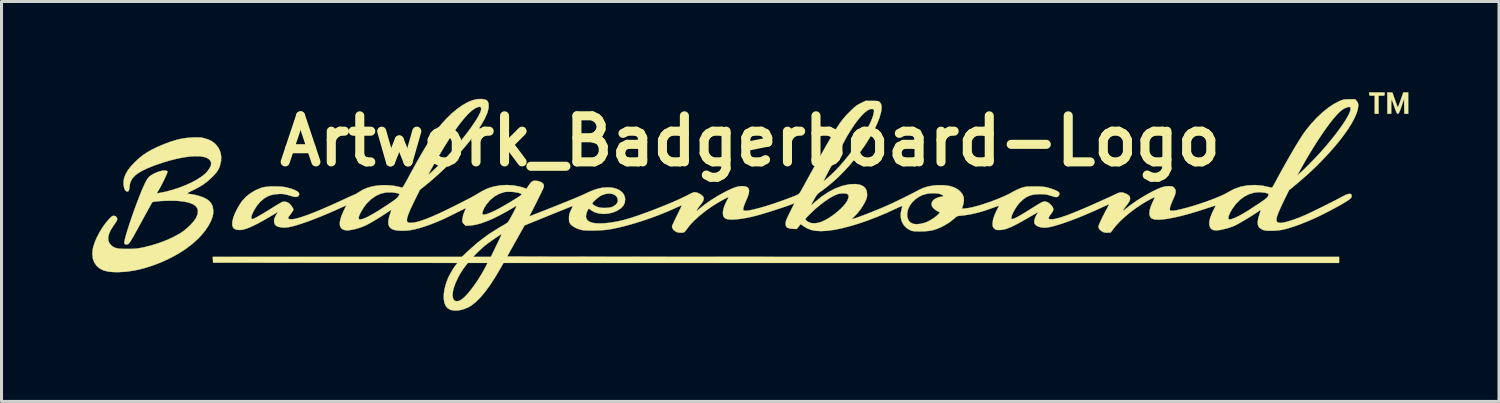
<source format=kicad_pcb>
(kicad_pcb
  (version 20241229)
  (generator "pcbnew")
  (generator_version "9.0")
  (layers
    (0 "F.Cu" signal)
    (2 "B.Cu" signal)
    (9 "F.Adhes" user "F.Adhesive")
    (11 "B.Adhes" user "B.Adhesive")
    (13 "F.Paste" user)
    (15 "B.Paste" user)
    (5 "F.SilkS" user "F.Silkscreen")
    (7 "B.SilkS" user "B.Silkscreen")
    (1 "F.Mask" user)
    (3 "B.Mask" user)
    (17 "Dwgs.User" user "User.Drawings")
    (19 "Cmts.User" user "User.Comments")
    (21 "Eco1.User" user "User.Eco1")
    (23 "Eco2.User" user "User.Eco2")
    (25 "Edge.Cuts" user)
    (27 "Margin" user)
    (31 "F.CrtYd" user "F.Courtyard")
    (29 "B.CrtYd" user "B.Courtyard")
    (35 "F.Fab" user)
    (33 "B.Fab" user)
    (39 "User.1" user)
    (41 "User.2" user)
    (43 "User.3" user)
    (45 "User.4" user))
  (footprint "Artwork_Badgerboard-Logo"
    (layer "F.Cu")
    (at 21.772 3.617)
    (property "Reference" "Artwork_Badgerboard-Logo" (at 0 -2 0) (layer "F.SilkS") (effects (font (size 1.524 1.524) (thickness 0.3))))
    (attr through_hole)
    (fp_poly (pts (xy 20.991 -3.556) (xy 20.99 -3.525) (xy 20.979 -3.509) (xy 20.949 -3.503) (xy 20.893 -3.502) (xy 20.792 -3.502) (xy 20.792 -2.903) (xy 20.665 -2.903) (xy 20.665 -3.502) (xy 20.574 -3.502) (xy 20.52 -3.503) (xy 20.494 -3.51) (xy 20.484 -3.529) (xy 20.483 -3.556) (xy 20.483 -3.61) (xy 20.991 -3.61) (xy 20.991 -3.556)) (stroke (width 0.01) (type solid)) (fill yes) (layer "F.SilkS"))
    (fp_poly (pts (xy 21.166 -3.607) (xy 21.25 -3.601) (xy 21.334 -3.362) (xy 21.365 -3.275) (xy 21.392 -3.201) (xy 21.413 -3.146) (xy 21.425 -3.117) (xy 21.427 -3.114) (xy 21.436 -3.127) (xy 21.454 -3.168) (xy 21.479 -3.233) (xy 21.509 -3.315) (xy 21.524 -3.358) (xy 21.612 -3.61) (xy 21.771 -3.61) (xy 21.771 -2.903) (xy 21.645 -2.903) (xy 21.64 -3.152) (xy 21.635 -3.402) (xy 21.583 -3.248) (xy 21.543 -3.13) (xy 21.512 -3.042) (xy 21.488 -2.98) (xy 21.469 -2.94) (xy 21.454 -2.916) (xy 21.44 -2.905) (xy 21.427 -2.903) (xy 21.409 -2.91) (xy 21.391 -2.935) (xy 21.369 -2.983) (xy 21.341 -3.06) (xy 21.328 -3.098) (xy 21.288 -3.213) (xy 21.259 -3.295) (xy 21.239 -3.344) (xy 21.225 -3.361) (xy 21.217 -3.346) (xy 21.213 -3.3) (xy 21.211 -3.224) (xy 21.21 -3.152) (xy 21.209 -2.903) (xy 21.082 -2.903) (xy 21.082 -3.612) (xy 21.166 -3.607)) (stroke (width 0.01) (type solid)) (fill yes) (layer "F.SilkS"))
    (fp_poly (pts (xy -18.196 -2.118) (xy -18.139 -2.111) (xy -18.081 -2.098) (xy -18.043 -2.088) (xy -17.918 -2.047) (xy -17.819 -1.999) (xy -17.733 -1.937) (xy -17.677 -1.884) (xy -17.588 -1.767) (xy -17.53 -1.635) (xy -17.503 -1.491) (xy -17.508 -1.338) (xy -17.545 -1.182) (xy -17.582 -1.089) (xy -17.617 -1.024) (xy -17.663 -0.959) (xy -17.726 -0.887) (xy -17.804 -0.807) (xy -17.944 -0.679) (xy -18.087 -0.569) (xy -18.244 -0.472) (xy -18.425 -0.378) (xy -18.438 -0.372) (xy -18.514 -0.336) (xy -18.575 -0.304) (xy -18.617 -0.281) (xy -18.632 -0.27) (xy -18.616 -0.262) (xy -18.574 -0.253) (xy -18.529 -0.247) (xy -18.402 -0.226) (xy -18.27 -0.194) (xy -18.147 -0.155) (xy -18.044 -0.112) (xy -18.028 -0.104) (xy -17.915 -0.03) (xy -17.835 0.058) (xy -17.786 0.162) (xy -17.765 0.286) (xy -17.766 0.383) (xy -17.79 0.508) (xy -17.842 0.646) (xy -17.92 0.794) (xy -18.022 0.947) (xy -18.144 1.1) (xy -18.262 1.227) (xy -18.463 1.408) (xy -18.692 1.58) (xy -18.945 1.74) (xy -19.216 1.886) (xy -19.5 2.016) (xy -19.791 2.126) (xy -20.083 2.216) (xy -20.372 2.283) (xy -20.651 2.324) (xy -20.916 2.338) (xy -20.928 2.338) (xy -21.023 2.336) (xy -21.117 2.331) (xy -21.197 2.325) (xy -21.234 2.32) (xy -21.389 2.283) (xy -21.519 2.219) (xy -21.623 2.132) (xy -21.7 2.023) (xy -21.748 1.895) (xy -21.767 1.749) (xy -21.755 1.588) (xy -21.737 1.505) (xy -21.687 1.349) (xy -21.614 1.18) (xy -21.523 1.008) (xy -21.419 0.841) (xy -21.308 0.689) (xy -21.208 0.576) (xy -21.154 0.522) (xy -21.116 0.491) (xy -21.085 0.476) (xy -21.053 0.474) (xy -21.044 0.475) (xy -20.993 0.489) (xy -20.961 0.526) (xy -20.958 0.533) (xy -20.946 0.563) (xy -20.943 0.591) (xy -20.953 0.624) (xy -20.977 0.669) (xy -21.018 0.73) (xy -21.069 0.803) (xy -21.16 0.947) (xy -21.218 1.078) (xy -21.243 1.196) (xy -21.235 1.301) (xy -21.194 1.392) (xy -21.12 1.469) (xy -21.1 1.483) (xy -21.049 1.514) (xy -20.994 1.537) (xy -20.929 1.553) (xy -20.847 1.562) (xy -20.743 1.567) (xy -20.61 1.568) (xy -20.601 1.568) (xy -20.475 1.567) (xy -20.374 1.563) (xy -20.284 1.554) (xy -20.195 1.541) (xy -20.093 1.521) (xy -20.075 1.518) (xy -19.823 1.455) (xy -19.569 1.376) (xy -19.322 1.283) (xy -19.092 1.179) (xy -18.887 1.068) (xy -18.855 1.049) (xy -18.74 0.97) (xy -18.626 0.876) (xy -18.519 0.774) (xy -18.426 0.671) (xy -18.355 0.575) (xy -18.328 0.527) (xy -18.283 0.413) (xy -18.272 0.313) (xy -18.292 0.227) (xy -18.346 0.153) (xy -18.433 0.092) (xy -18.553 0.044) (xy -18.707 0.008) (xy -18.895 -0.017) (xy -18.903 -0.017) (xy -18.997 -0.023) (xy -19.105 -0.026) (xy -19.221 -0.025) (xy -19.341 -0.023) (xy -19.458 -0.018) (xy -19.565 -0.011) (xy -19.657 -0.002) (xy -19.729 0.008) (xy -19.774 0.019) (xy -19.785 0.025) (xy -19.797 0.046) (xy -19.825 0.095) (xy -19.866 0.169) (xy -19.919 0.265) (xy -19.981 0.378) (xy -20.052 0.506) (xy -20.128 0.646) (xy -20.166 0.716) (xy -20.26 0.888) (xy -20.339 1.031) (xy -20.404 1.147) (xy -20.457 1.238) (xy -20.499 1.307) (xy -20.532 1.356) (xy -20.557 1.388) (xy -20.575 1.406) (xy -20.579 1.409) (xy -20.636 1.425) (xy -20.682 1.416) (xy -20.709 1.382) (xy -20.709 1.345) (xy -20.697 1.279) (xy -20.674 1.186) (xy -20.642 1.071) (xy -20.601 0.937) (xy -20.554 0.789) (xy -20.501 0.63) (xy -20.444 0.463) (xy -20.384 0.293) (xy -20.322 0.124) (xy -20.26 -0.042) (xy -20.199 -0.199) (xy -20.14 -0.345) (xy -20.084 -0.475) (xy -20.04 -0.572) (xy -19.988 -0.676) (xy -19.941 -0.754) (xy -19.892 -0.813) (xy -19.834 -0.861) (xy -19.76 -0.905) (xy -19.718 -0.927) (xy -19.616 -0.972) (xy -19.518 -1.004) (xy -19.429 -1.022) (xy -19.356 -1.025) (xy -19.303 -1.013) (xy -19.279 -0.988) (xy -19.284 -0.964) (xy -19.303 -0.913) (xy -19.334 -0.842) (xy -19.374 -0.756) (xy -19.42 -0.661) (xy -19.47 -0.563) (xy -19.521 -0.467) (xy -19.568 -0.384) (xy -19.635 -0.268) (xy -19.556 -0.281) (xy -19.337 -0.325) (xy -19.117 -0.384) (xy -18.901 -0.454) (xy -18.694 -0.534) (xy -18.5 -0.621) (xy -18.324 -0.715) (xy -18.17 -0.812) (xy -18.045 -0.91) (xy -17.969 -0.986) (xy -17.891 -1.091) (xy -17.846 -1.184) (xy -17.835 -1.268) (xy -17.858 -1.341) (xy -17.894 -1.388) (xy -17.971 -1.441) (xy -18.077 -1.476) (xy -18.21 -1.496) (xy -18.368 -1.499) (xy -18.548 -1.487) (xy -18.747 -1.46) (xy -18.963 -1.417) (xy -19.194 -1.359) (xy -19.437 -1.287) (xy -19.689 -1.2) (xy -19.724 -1.187) (xy -19.93 -1.106) (xy -20.101 -1.025) (xy -20.241 -0.945) (xy -20.35 -0.862) (xy -20.433 -0.776) (xy -20.489 -0.684) (xy -20.523 -0.585) (xy -20.533 -0.512) (xy -20.543 -0.423) (xy -20.558 -0.366) (xy -20.579 -0.336) (xy -20.608 -0.327) (xy -20.653 -0.343) (xy -20.689 -0.389) (xy -20.716 -0.457) (xy -20.732 -0.541) (xy -20.735 -0.634) (xy -20.725 -0.73) (xy -20.704 -0.81) (xy -20.655 -0.925) (xy -20.588 -1.038) (xy -20.499 -1.154) (xy -20.382 -1.281) (xy -20.365 -1.297) (xy -20.234 -1.42) (xy -20.099 -1.529) (xy -19.954 -1.627) (xy -19.792 -1.719) (xy -19.608 -1.808) (xy -19.394 -1.897) (xy -19.369 -1.907) (xy -19.166 -1.983) (xy -18.982 -2.039) (xy -18.81 -2.079) (xy -18.639 -2.104) (xy -18.46 -2.117) (xy -18.451 -2.118) (xy -18.342 -2.121) (xy -18.26 -2.121) (xy -18.196 -2.118)) (stroke (width 0.01) (type solid)) (fill yes) (layer "F.SilkS"))
    (fp_poly (pts (xy -8.799 -3.381) (xy -8.734 -3.357) (xy -8.697 -3.329) (xy -8.665 -3.272) (xy -8.652 -3.19) (xy -8.658 -3.089) (xy -8.685 -2.975) (xy -8.708 -2.906) (xy -8.782 -2.743) (xy -8.884 -2.561) (xy -9.01 -2.366) (xy -9.158 -2.16) (xy -9.326 -1.945) (xy -9.51 -1.726) (xy -9.709 -1.504) (xy -9.919 -1.283) (xy -10.138 -1.067) (xy -10.364 -0.858) (xy -10.593 -0.659) (xy -10.772 -0.512) (xy -10.927 -0.39) (xy -11.104 -0.033) (xy -11.188 0.141) (xy -11.255 0.286) (xy -11.304 0.404) (xy -11.337 0.499) (xy -11.355 0.573) (xy -11.359 0.629) (xy -11.348 0.668) (xy -11.336 0.686) (xy -11.297 0.702) (xy -11.231 0.707) (xy -11.145 0.699) (xy -11.045 0.681) (xy -10.972 0.662) (xy -10.836 0.619) (xy -10.683 0.562) (xy -10.512 0.492) (xy -10.319 0.407) (xy -10.102 0.305) (xy -9.858 0.185) (xy -9.785 0.149) (xy -9.622 0.067) (xy -9.487 -0.002) (xy -9.374 -0.06) (xy -9.278 -0.109) (xy -9.196 -0.154) (xy -9.121 -0.195) (xy -9.048 -0.237) (xy -8.974 -0.281) (xy -8.892 -0.331) (xy -8.89 -0.332) (xy -8.705 -0.425) (xy -8.5 -0.491) (xy -8.282 -0.532) (xy -8.057 -0.546) (xy -7.832 -0.532) (xy -7.612 -0.49) (xy -7.507 -0.458) (xy -7.402 -0.423) (xy -7.318 -0.546) (xy -7.264 -0.619) (xy -7.215 -0.663) (xy -7.163 -0.685) (xy -7.098 -0.687) (xy -7.042 -0.681) (xy -6.958 -0.659) (xy -6.889 -0.624) (xy -6.842 -0.58) (xy -6.829 -0.552) (xy -6.828 -0.504) (xy -6.84 -0.45) (xy -6.841 -0.449) (xy -6.857 -0.411) (xy -6.888 -0.347) (xy -6.929 -0.262) (xy -6.977 -0.164) (xy -7.03 -0.057) (xy -7.085 0.053) (xy -7.138 0.159) (xy -7.187 0.255) (xy -7.228 0.335) (xy -7.26 0.394) (xy -7.272 0.416) (xy -7.297 0.465) (xy -7.3 0.486) (xy -7.293 0.486) (xy -7.268 0.476) (xy -7.215 0.456) (xy -7.14 0.427) (xy -7.049 0.391) (xy -6.946 0.351) (xy -6.94 0.349) (xy -6.681 0.247) (xy -6.438 0.151) (xy -6.228 0.067) (xy -5.225 0.067) (xy -5.211 0.089) (xy -5.176 0.118) (xy -5.16 0.128) (xy -5.073 0.173) (xy -4.983 0.2) (xy -4.878 0.212) (xy -4.781 0.212) (xy -4.692 0.207) (xy -4.627 0.197) (xy -4.572 0.18) (xy -4.521 0.157) (xy -4.442 0.102) (xy -4.395 0.039) (xy -4.377 -0.028) (xy -4.385 -0.095) (xy -4.416 -0.156) (xy -4.469 -0.208) (xy -4.541 -0.246) (xy -4.629 -0.265) (xy -4.731 -0.261) (xy -4.751 -0.257) (xy -4.827 -0.237) (xy -4.905 -0.209) (xy -4.933 -0.196) (xy -4.98 -0.168) (xy -5.037 -0.125) (xy -5.097 -0.075) (xy -5.153 -0.024) (xy -5.196 0.022) (xy -5.222 0.057) (xy -5.225 0.067) (xy -6.228 0.067) (xy -6.215 0.062) (xy -6.013 -0.02) (xy -5.836 -0.093) (xy -5.685 -0.156) (xy -5.564 -0.209) (xy -5.479 -0.248) (xy -5.324 -0.32) (xy -5.191 -0.374) (xy -5.073 -0.414) (xy -4.96 -0.442) (xy -4.89 -0.455) (xy -4.729 -0.469) (xy -4.58 -0.461) (xy -4.448 -0.431) (xy -4.335 -0.382) (xy -4.244 -0.314) (xy -4.179 -0.23) (xy -4.143 -0.131) (xy -4.137 -0.064) (xy -4.151 0.044) (xy -4.197 0.139) (xy -4.275 0.222) (xy -4.386 0.296) (xy -4.413 0.311) (xy -4.559 0.369) (xy -4.711 0.402) (xy -4.864 0.411) (xy -5.01 0.396) (xy -5.144 0.357) (xy -5.257 0.295) (xy -5.269 0.286) (xy -5.311 0.253) (xy -5.336 0.242) (xy -5.352 0.249) (xy -5.365 0.265) (xy -5.384 0.302) (xy -5.406 0.358) (xy -5.418 0.396) (xy -5.435 0.491) (xy -5.421 0.566) (xy -5.376 0.628) (xy -5.315 0.671) (xy -5.232 0.702) (xy -5.119 0.72) (xy -4.98 0.726) (xy -4.82 0.72) (xy -4.642 0.701) (xy -4.452 0.671) (xy -4.252 0.629) (xy -4.232 0.624) (xy -4.084 0.584) (xy -3.91 0.531) (xy -3.714 0.466) (xy -3.504 0.391) (xy -3.283 0.31) (xy -3.059 0.223) (xy -2.837 0.134) (xy -2.622 0.045) (xy -2.421 -0.042) (xy -2.239 -0.126) (xy -2.082 -0.203) (xy -2 -0.246) (xy -1.937 -0.277) (xy -1.881 -0.3) (xy -1.844 -0.308) (xy -1.844 -0.308) (xy -1.769 -0.297) (xy -1.69 -0.265) (xy -1.617 -0.221) (xy -1.563 -0.17) (xy -1.541 -0.133) (xy -1.536 -0.079) (xy -1.558 -0.014) (xy -1.608 0.066) (xy -1.65 0.118) (xy -1.696 0.177) (xy -1.735 0.231) (xy -1.762 0.276) (xy -1.772 0.303) (xy -1.769 0.308) (xy -1.751 0.298) (xy -1.713 0.268) (xy -1.663 0.227) (xy -1.646 0.213) (xy -1.469 0.074) (xy -1.266 -0.065) (xy -1.046 -0.2) (xy -0.817 -0.325) (xy -0.703 -0.381) (xy -0.583 -0.435) (xy -0.485 -0.472) (xy -0.399 -0.495) (xy -0.315 -0.506) (xy -0.258 -0.508) (xy -0.161 -0.499) (xy -0.092 -0.471) (xy -0.05 -0.424) (xy -0.035 -0.354) (xy -0.047 -0.262) (xy -0.085 -0.147) (xy -0.116 -0.074) (xy -0.171 0.052) (xy -0.209 0.155) (xy -0.229 0.231) (xy -0.23 0.279) (xy -0.229 0.283) (xy -0.207 0.301) (xy -0.16 0.308) (xy -0.087 0.302) (xy 0.016 0.285) (xy 0.148 0.255) (xy 0.312 0.213) (xy 0.435 0.179) (xy 0.556 0.143) (xy 0.702 0.096) (xy 0.862 0.042) (xy 1.028 -0.016) (xy 1.191 -0.075) (xy 1.342 -0.132) (xy 1.471 -0.182) (xy 1.496 -0.193) (xy 1.559 -0.22) (xy 1.601 -0.244) (xy 1.632 -0.275) (xy 1.663 -0.32) (xy 1.698 -0.381) (xy 1.861 -0.677) (xy 2.431 -0.677) (xy 2.432 -0.673) (xy 2.436 -0.674) (xy 2.448 -0.682) (xy 2.471 -0.701) (xy 2.509 -0.735) (xy 2.566 -0.785) (xy 2.645 -0.856) (xy 2.673 -0.88) (xy 2.811 -1.013) (xy 2.96 -1.172) (xy 3.116 -1.352) (xy 3.275 -1.546) (xy 3.431 -1.749) (xy 3.58 -1.955) (xy 3.717 -2.157) (xy 3.837 -2.349) (xy 3.925 -2.504) (xy 3.978 -2.61) (xy 4.024 -2.718) (xy 4.061 -2.821) (xy 4.086 -2.911) (xy 4.097 -2.98) (xy 4.097 -3) (xy 4.088 -3.04) (xy 4.064 -3.058) (xy 4.031 -3.063) (xy 3.959 -3.053) (xy 3.875 -3.01) (xy 3.781 -2.936) (xy 3.678 -2.834) (xy 3.568 -2.704) (xy 3.451 -2.547) (xy 3.331 -2.366) (xy 3.207 -2.163) (xy 3.189 -2.132) (xy 3.156 -2.072) (xy 3.111 -1.989) (xy 3.057 -1.889) (xy 2.995 -1.774) (xy 2.929 -1.648) (xy 2.859 -1.515) (xy 2.788 -1.38) (xy 2.719 -1.247) (xy 2.652 -1.118) (xy 2.591 -0.999) (xy 2.536 -0.893) (xy 2.491 -0.803) (xy 2.457 -0.735) (xy 2.437 -0.692) (xy 2.431 -0.677) (xy 1.861 -0.677) (xy 1.87 -0.694) (xy 2.026 -0.976) (xy 2.167 -1.23) (xy 2.294 -1.458) (xy 2.409 -1.661) (xy 2.511 -1.842) (xy 2.603 -2.002) (xy 2.685 -2.143) (xy 2.759 -2.267) (xy 2.826 -2.375) (xy 2.887 -2.47) (xy 2.943 -2.554) (xy 2.995 -2.627) (xy 3.044 -2.693) (xy 3.092 -2.752) (xy 3.139 -2.808) (xy 3.187 -2.861) (xy 3.237 -2.913) (xy 3.283 -2.959) (xy 3.367 -3.043) (xy 3.434 -3.105) (xy 3.49 -3.152) (xy 3.544 -3.19) (xy 3.602 -3.223) (xy 3.654 -3.25) (xy 3.816 -3.329) (xy 4.029 -3.329) (xy 4.121 -3.329) (xy 4.184 -3.326) (xy 4.226 -3.321) (xy 4.255 -3.311) (xy 4.277 -3.296) (xy 4.289 -3.286) (xy 4.329 -3.227) (xy 4.348 -3.145) (xy 4.344 -3.039) (xy 4.327 -2.944) (xy 4.275 -2.765) (xy 4.197 -2.569) (xy 4.096 -2.358) (xy 3.972 -2.138) (xy 3.83 -1.911) (xy 3.672 -1.683) (xy 3.501 -1.456) (xy 3.319 -1.235) (xy 3.128 -1.023) (xy 2.932 -0.825) (xy 2.867 -0.764) (xy 2.774 -0.681) (xy 2.672 -0.593) (xy 2.566 -0.506) (xy 2.464 -0.425) (xy 2.373 -0.356) (xy 2.299 -0.304) (xy 2.281 -0.293) (xy 2.23 -0.25) (xy 2.179 -0.18) (xy 2.139 -0.112) (xy 2.099 -0.04) (xy 2.061 0.029) (xy 2.031 0.081) (xy 2.025 0.09) (xy 2.013 0.113) (xy 2.017 0.119) (xy 2.038 0.105) (xy 2.081 0.071) (xy 2.147 0.013) (xy 2.15 0.011) (xy 2.374 -0.17) (xy 2.599 -0.318) (xy 2.823 -0.434) (xy 3.045 -0.516) (xy 3.262 -0.565) (xy 3.347 -0.574) (xy 3.504 -0.576) (xy 3.633 -0.554) (xy 3.735 -0.51) (xy 3.808 -0.444) (xy 3.853 -0.355) (xy 3.869 -0.243) (xy 3.869 -0.229) (xy 3.865 -0.168) (xy 3.853 -0.11) (xy 3.828 -0.045) (xy 3.793 0.029) (xy 3.728 0.144) (xy 3.648 0.262) (xy 3.56 0.375) (xy 3.472 0.471) (xy 3.424 0.516) (xy 3.386 0.55) (xy 3.367 0.574) (xy 3.368 0.58) (xy 3.403 0.574) (xy 3.467 0.555) (xy 3.556 0.525) (xy 3.664 0.486) (xy 3.789 0.439) (xy 3.924 0.387) (xy 4.067 0.33) (xy 4.212 0.271) (xy 4.355 0.212) (xy 4.491 0.153) (xy 4.518 0.141) (xy 4.621 0.095) (xy 4.746 0.037) (xy 4.883 -0.029) (xy 5.028 -0.099) (xy 5.171 -0.17) (xy 5.307 -0.238) (xy 5.427 -0.3) (xy 5.525 -0.352) (xy 5.561 -0.371) (xy 5.719 -0.446) (xy 5.884 -0.498) (xy 6.065 -0.529) (xy 6.206 -0.54) (xy 6.414 -0.538) (xy 6.593 -0.515) (xy 6.746 -0.468) (xy 6.873 -0.399) (xy 6.963 -0.32) (xy 7.03 -0.229) (xy 7.066 -0.133) (xy 7.072 -0.026) (xy 7.049 0.098) (xy 7.041 0.128) (xy 7.005 0.241) (xy 7.134 0.229) (xy 7.254 0.211) (xy 7.399 0.179) (xy 7.563 0.134) (xy 7.74 0.079) (xy 7.924 0.017) (xy 8.108 -0.051) (xy 8.285 -0.122) (xy 8.449 -0.195) (xy 8.595 -0.266) (xy 8.701 -0.325) (xy 8.784 -0.369) (xy 8.881 -0.414) (xy 8.971 -0.449) (xy 8.971 -0.449) (xy 9.029 -0.467) (xy 9.079 -0.48) (xy 9.13 -0.489) (xy 9.19 -0.494) (xy 9.267 -0.496) (xy 9.37 -0.497) (xy 9.416 -0.497) (xy 9.538 -0.496) (xy 9.633 -0.492) (xy 9.708 -0.486) (xy 9.773 -0.477) (xy 9.835 -0.463) (xy 9.859 -0.457) (xy 9.952 -0.428) (xy 10.042 -0.396) (xy 10.121 -0.363) (xy 10.181 -0.332) (xy 10.215 -0.307) (xy 10.218 -0.303) (xy 10.233 -0.251) (xy 10.218 -0.201) (xy 10.181 -0.162) (xy 10.128 -0.145) (xy 10.122 -0.145) (xy 10.085 -0.151) (xy 10.025 -0.166) (xy 9.953 -0.188) (xy 9.933 -0.194) (xy 9.856 -0.218) (xy 9.788 -0.233) (xy 9.713 -0.24) (xy 9.619 -0.243) (xy 9.588 -0.244) (xy 9.419 -0.235) (xy 9.274 -0.204) (xy 9.145 -0.148) (xy 9.025 -0.064) (xy 8.906 0.051) (xy 8.904 0.054) (xy 8.838 0.136) (xy 8.774 0.232) (xy 8.717 0.332) (xy 8.672 0.426) (xy 8.646 0.504) (xy 8.645 0.513) (xy 8.638 0.557) (xy 8.645 0.576) (xy 8.67 0.58) (xy 8.675 0.58) (xy 8.719 0.57) (xy 8.791 0.538) (xy 8.891 0.484) (xy 9.02 0.409) (xy 9.177 0.313) (xy 9.232 0.278) (xy 9.363 0.196) (xy 9.466 0.132) (xy 9.547 0.083) (xy 9.609 0.047) (xy 9.656 0.023) (xy 9.691 0.009) (xy 9.719 0.002) (xy 9.742 0) (xy 9.822 0.015) (xy 9.9 0.062) (xy 9.968 0.13) (xy 10.013 0.192) (xy 10.031 0.247) (xy 10.022 0.303) (xy 9.986 0.369) (xy 9.951 0.415) (xy 9.901 0.484) (xy 9.876 0.532) (xy 9.876 0.563) (xy 9.899 0.581) (xy 9.919 0.586) (xy 9.982 0.589) (xy 10.065 0.58) (xy 10.171 0.556) (xy 10.3 0.518) (xy 10.454 0.466) (xy 10.633 0.398) (xy 10.84 0.315) (xy 11.074 0.216) (xy 11.338 0.101) (xy 11.632 -0.031) (xy 11.685 -0.055) (xy 11.802 -0.108) (xy 11.912 -0.158) (xy 12.008 -0.203) (xy 12.087 -0.24) (xy 12.142 -0.266) (xy 12.162 -0.276) (xy 12.247 -0.302) (xy 12.341 -0.294) (xy 12.446 -0.254) (xy 12.52 -0.206) (xy 12.562 -0.152) (xy 12.572 -0.088) (xy 12.55 -0.014) (xy 12.496 0.074) (xy 12.452 0.131) (xy 12.407 0.189) (xy 12.366 0.246) (xy 12.347 0.275) (xy 12.335 0.299) (xy 12.336 0.307) (xy 12.355 0.297) (xy 12.395 0.267) (xy 12.454 0.218) (xy 12.612 0.097) (xy 12.792 -0.028) (xy 12.984 -0.149) (xy 13.175 -0.26) (xy 13.294 -0.323) (xy 13.428 -0.389) (xy 13.537 -0.438) (xy 13.629 -0.472) (xy 13.71 -0.494) (xy 13.786 -0.505) (xy 13.857 -0.508) (xy 13.923 -0.506) (xy 13.966 -0.498) (xy 13.999 -0.48) (xy 14.026 -0.455) (xy 14.062 -0.408) (xy 14.078 -0.355) (xy 14.075 -0.289) (xy 14.052 -0.207) (xy 14.008 -0.101) (xy 13.997 -0.078) (xy 13.94 0.05) (xy 13.902 0.154) (xy 13.884 0.23) (xy 13.885 0.279) (xy 13.886 0.281) (xy 13.905 0.299) (xy 13.945 0.308) (xy 14.008 0.305) (xy 14.097 0.291) (xy 14.214 0.266) (xy 14.361 0.229) (xy 14.505 0.19) (xy 14.68 0.139) (xy 14.86 0.082) (xy 15.04 0.021) (xy 15.215 -0.042) (xy 15.379 -0.105) (xy 15.528 -0.166) (xy 15.656 -0.223) (xy 15.757 -0.274) (xy 15.808 -0.304) (xy 16.008 -0.412) (xy 16.223 -0.488) (xy 16.452 -0.532) (xy 16.692 -0.544) (xy 16.942 -0.524) (xy 17.198 -0.47) (xy 17.23 -0.461) (xy 17.256 -0.46) (xy 17.279 -0.476) (xy 17.306 -0.517) (xy 17.318 -0.538) (xy 17.495 -0.862) (xy 18.101 -0.862) (xy 18.208 -0.955) (xy 18.254 -0.997) (xy 18.319 -1.06) (xy 18.398 -1.137) (xy 18.485 -1.223) (xy 18.573 -1.312) (xy 18.588 -1.327) (xy 18.752 -1.499) (xy 18.911 -1.673) (xy 19.062 -1.846) (xy 19.205 -2.018) (xy 19.339 -2.184) (xy 19.46 -2.344) (xy 19.569 -2.496) (xy 19.664 -2.636) (xy 19.742 -2.763) (xy 19.803 -2.875) (xy 19.844 -2.969) (xy 19.866 -3.044) (xy 19.865 -3.097) (xy 19.841 -3.126) (xy 19.839 -3.127) (xy 19.797 -3.128) (xy 19.737 -3.112) (xy 19.667 -3.081) (xy 19.597 -3.041) (xy 19.592 -3.037) (xy 19.508 -2.968) (xy 19.41 -2.869) (xy 19.3 -2.743) (xy 19.18 -2.591) (xy 19.051 -2.417) (xy 18.916 -2.222) (xy 18.775 -2.01) (xy 18.631 -1.783) (xy 18.485 -1.543) (xy 18.339 -1.293) (xy 18.195 -1.036) (xy 18.18 -1.007) (xy 18.101 -0.862) (xy 17.495 -0.862) (xy 17.496 -0.865) (xy 17.659 -1.16) (xy 17.808 -1.424) (xy 17.943 -1.658) (xy 18.065 -1.863) (xy 18.173 -2.039) (xy 18.269 -2.188) (xy 18.353 -2.309) (xy 18.384 -2.351) (xy 18.559 -2.568) (xy 18.744 -2.768) (xy 18.934 -2.947) (xy 19.125 -3.101) (xy 19.314 -3.227) (xy 19.497 -3.322) (xy 19.504 -3.324) (xy 19.57 -3.352) (xy 19.625 -3.369) (xy 19.681 -3.378) (xy 19.75 -3.382) (xy 19.827 -3.383) (xy 20.014 -3.384) (xy 20.067 -3.324) (xy 20.103 -3.276) (xy 20.118 -3.225) (xy 20.12 -3.178) (xy 20.106 -3.057) (xy 20.064 -2.918) (xy 19.995 -2.761) (xy 19.903 -2.589) (xy 19.787 -2.404) (xy 19.65 -2.208) (xy 19.494 -2.004) (xy 19.319 -1.793) (xy 19.128 -1.578) (xy 18.923 -1.36) (xy 18.705 -1.141) (xy 18.475 -0.925) (xy 18.235 -0.712) (xy 18.082 -0.583) (xy 17.829 -0.372) (xy 17.687 -0.084) (xy 17.599 0.098) (xy 17.529 0.25) (xy 17.475 0.376) (xy 17.438 0.477) (xy 17.417 0.556) (xy 17.412 0.616) (xy 17.423 0.658) (xy 17.448 0.686) (xy 17.488 0.702) (xy 17.542 0.707) (xy 17.555 0.708) (xy 17.627 0.7) (xy 17.725 0.679) (xy 17.844 0.645) (xy 17.979 0.601) (xy 18.122 0.549) (xy 18.268 0.491) (xy 18.324 0.467) (xy 18.409 0.429) (xy 18.519 0.377) (xy 18.649 0.315) (xy 18.793 0.245) (xy 18.943 0.171) (xy 19.094 0.095) (xy 19.24 0.022) (xy 19.375 -0.047) (xy 19.491 -0.108) (xy 19.583 -0.157) (xy 19.595 -0.164) (xy 19.706 -0.219) (xy 19.792 -0.249) (xy 19.853 -0.253) (xy 19.89 -0.231) (xy 19.903 -0.183) (xy 19.903 -0.181) (xy 19.897 -0.15) (xy 19.879 -0.119) (xy 19.844 -0.083) (xy 19.789 -0.042) (xy 19.711 0.009) (xy 19.606 0.071) (xy 19.515 0.124) (xy 19.161 0.316) (xy 18.819 0.488) (xy 18.49 0.636) (xy 18.18 0.761) (xy 18.032 0.813) (xy 17.867 0.867) (xy 17.727 0.908) (xy 17.603 0.937) (xy 17.487 0.955) (xy 17.371 0.965) (xy 17.246 0.968) (xy 17.245 0.968) (xy 17.147 0.968) (xy 17.077 0.964) (xy 17.026 0.957) (xy 16.983 0.945) (xy 16.942 0.927) (xy 16.885 0.894) (xy 16.839 0.855) (xy 16.824 0.838) (xy 16.798 0.769) (xy 16.793 0.677) (xy 16.809 0.566) (xy 16.844 0.442) (xy 16.851 0.421) (xy 16.873 0.357) (xy 16.887 0.309) (xy 16.889 0.285) (xy 16.885 0.284) (xy 16.861 0.299) (xy 16.815 0.329) (xy 16.756 0.368) (xy 16.737 0.381) (xy 16.64 0.444) (xy 16.53 0.513) (xy 16.414 0.583) (xy 16.3 0.651) (xy 16.194 0.712) (xy 16.104 0.763) (xy 16.036 0.798) (xy 16.028 0.801) (xy 15.964 0.828) (xy 15.877 0.858) (xy 15.779 0.888) (xy 15.7 0.909) (xy 15.556 0.941) (xy 15.44 0.955) (xy 15.35 0.951) (xy 15.282 0.927) (xy 15.234 0.884) (xy 15.211 0.843) (xy 15.19 0.754) (xy 15.195 0.649) (xy 15.224 0.533) (xy 15.821 0.533) (xy 15.827 0.579) (xy 15.834 0.588) (xy 15.866 0.595) (xy 15.927 0.583) (xy 16.013 0.551) (xy 16.091 0.516) (xy 16.158 0.484) (xy 16.223 0.45) (xy 16.291 0.412) (xy 16.366 0.367) (xy 16.455 0.313) (xy 16.561 0.245) (xy 16.689 0.161) (xy 16.775 0.105) (xy 16.889 0.029) (xy 16.976 -0.031) (xy 17.04 -0.078) (xy 17.085 -0.115) (xy 17.114 -0.146) (xy 17.132 -0.172) (xy 17.134 -0.176) (xy 17.151 -0.218) (xy 17.15 -0.245) (xy 17.126 -0.264) (xy 17.075 -0.28) (xy 17.031 -0.29) (xy 16.856 -0.31) (xy 16.683 -0.295) (xy 16.515 -0.246) (xy 16.355 -0.166) (xy 16.206 -0.056) (xy 16.069 0.083) (xy 15.948 0.249) (xy 15.876 0.375) (xy 15.838 0.464) (xy 15.821 0.533) (xy 15.224 0.533) (xy 15.226 0.524) (xy 15.284 0.379) (xy 15.331 0.283) (xy 15.363 0.219) (xy 15.386 0.168) (xy 15.398 0.139) (xy 15.399 0.135) (xy 15.381 0.139) (xy 15.334 0.152) (xy 15.263 0.175) (xy 15.172 0.203) (xy 15.069 0.237) (xy 15.04 0.247) (xy 14.752 0.339) (xy 14.483 0.418) (xy 14.236 0.483) (xy 14.013 0.534) (xy 13.815 0.571) (xy 13.643 0.594) (xy 13.499 0.601) (xy 13.386 0.594) (xy 13.31 0.574) (xy 13.251 0.531) (xy 13.217 0.464) (xy 13.208 0.375) (xy 13.223 0.266) (xy 13.264 0.139) (xy 13.307 0.041) (xy 13.34 -0.031) (xy 13.366 -0.089) (xy 13.381 -0.128) (xy 13.383 -0.139) (xy 13.364 -0.135) (xy 13.32 -0.115) (xy 13.257 -0.084) (xy 13.181 -0.043) (xy 13.098 0.004) (xy 13.015 0.053) (xy 12.948 0.095) (xy 12.751 0.227) (xy 12.561 0.37) (xy 12.385 0.517) (xy 12.228 0.664) (xy 12.096 0.807) (xy 12.031 0.888) (xy 11.928 1.025) (xy 11.823 1.031) (xy 11.751 1.03) (xy 11.695 1.018) (xy 11.641 0.991) (xy 11.568 0.935) (xy 11.53 0.874) (xy 11.528 0.808) (xy 11.529 0.805) (xy 11.544 0.762) (xy 11.573 0.694) (xy 11.613 0.608) (xy 11.66 0.51) (xy 11.711 0.409) (xy 11.763 0.309) (xy 11.801 0.24) (xy 11.835 0.176) (xy 11.861 0.126) (xy 11.873 0.096) (xy 11.873 0.091) (xy 11.854 0.098) (xy 11.808 0.118) (xy 11.741 0.148) (xy 11.661 0.185) (xy 11.633 0.198) (xy 11.365 0.319) (xy 11.106 0.431) (xy 10.857 0.534) (xy 10.623 0.624) (xy 10.406 0.702) (xy 10.209 0.766) (xy 10.036 0.816) (xy 9.889 0.85) (xy 9.811 0.862) (xy 9.701 0.866) (xy 9.596 0.85) (xy 9.507 0.819) (xy 9.447 0.777) (xy 9.415 0.741) (xy 9.401 0.706) (xy 9.4 0.658) (xy 9.402 0.634) (xy 9.428 0.532) (xy 9.468 0.452) (xy 9.498 0.402) (xy 9.519 0.367) (xy 9.525 0.354) (xy 9.51 0.361) (xy 9.469 0.383) (xy 9.406 0.419) (xy 9.327 0.464) (xy 9.235 0.518) (xy 9.233 0.519) (xy 9.041 0.63) (xy 8.876 0.721) (xy 8.734 0.795) (xy 8.611 0.852) (xy 8.505 0.894) (xy 8.412 0.922) (xy 8.328 0.938) (xy 8.25 0.943) (xy 8.245 0.943) (xy 8.178 0.942) (xy 8.134 0.934) (xy 8.102 0.917) (xy 8.072 0.89) (xy 8.041 0.854) (xy 8.025 0.816) (xy 8.019 0.762) (xy 8.019 0.736) (xy 8.034 0.611) (xy 8.078 0.466) (xy 8.151 0.303) (xy 8.161 0.283) (xy 8.193 0.221) (xy 8.218 0.172) (xy 8.232 0.145) (xy 8.233 0.142) (xy 8.22 0.143) (xy 8.179 0.156) (xy 8.116 0.177) (xy 8.039 0.206) (xy 8.033 0.208) (xy 7.777 0.298) (xy 7.529 0.37) (xy 7.294 0.424) (xy 7.079 0.458) (xy 7.012 0.464) (xy 6.934 0.471) (xy 6.881 0.479) (xy 6.843 0.493) (xy 6.807 0.517) (xy 6.764 0.554) (xy 6.755 0.562) (xy 6.592 0.692) (xy 6.406 0.804) (xy 6.308 0.852) (xy 6.178 0.907) (xy 6.056 0.946) (xy 5.932 0.971) (xy 5.795 0.985) (xy 5.633 0.989) (xy 5.529 0.988) (xy 5.452 0.986) (xy 5.396 0.981) (xy 5.352 0.971) (xy 5.312 0.958) (xy 5.287 0.947) (xy 5.172 0.876) (xy 5.082 0.782) (xy 5.019 0.668) (xy 4.984 0.539) (xy 4.981 0.4) (xy 4.982 0.39) (xy 5.194 0.39) (xy 5.199 0.51) (xy 5.206 0.54) (xy 5.245 0.633) (xy 5.307 0.699) (xy 5.391 0.739) (xy 5.499 0.752) (xy 5.631 0.74) (xy 5.769 0.707) (xy 5.86 0.672) (xy 5.962 0.619) (xy 6.065 0.555) (xy 6.155 0.488) (xy 6.223 0.424) (xy 6.281 0.357) (xy 6.225 0.334) (xy 6.146 0.291) (xy 6.076 0.235) (xy 6.025 0.176) (xy 6.012 0.151) (xy 5.999 0.079) (xy 6.019 0.01) (xy 6.068 -0.052) (xy 6.142 -0.104) (xy 6.237 -0.141) (xy 6.311 -0.156) (xy 6.365 -0.164) (xy 6.388 -0.174) (xy 6.388 -0.187) (xy 6.382 -0.196) (xy 6.334 -0.23) (xy 6.257 -0.255) (xy 6.159 -0.27) (xy 6.047 -0.274) (xy 5.928 -0.267) (xy 5.84 -0.254) (xy 5.699 -0.213) (xy 5.568 -0.147) (xy 5.451 -0.062) (xy 5.352 0.038) (xy 5.273 0.15) (xy 5.22 0.269) (xy 5.194 0.39) (xy 4.982 0.39) (xy 4.996 0.308) (xy 5.012 0.243) (xy 5.026 0.188) (xy 5.035 0.159) (xy 5.031 0.15) (xy 5.003 0.156) (xy 4.95 0.177) (xy 4.869 0.213) (xy 4.823 0.235) (xy 4.506 0.38) (xy 4.191 0.512) (xy 3.882 0.63) (xy 3.584 0.732) (xy 3.297 0.818) (xy 3.028 0.887) (xy 2.777 0.938) (xy 2.55 0.969) (xy 2.348 0.98) (xy 2.344 0.98) (xy 2.167 0.97) (xy 2.015 0.941) (xy 1.881 0.888) (xy 1.758 0.812) (xy 1.734 0.794) (xy 1.686 0.76) (xy 1.66 0.754) (xy 1.655 0.76) (xy 1.639 0.787) (xy 1.607 0.828) (xy 1.591 0.848) (xy 1.535 0.911) (xy 1.401 0.903) (xy 1.303 0.892) (xy 1.235 0.87) (xy 1.194 0.835) (xy 1.174 0.782) (xy 1.171 0.732) (xy 1.174 0.694) (xy 1.183 0.652) (xy 1.201 0.6) (xy 1.204 0.593) (xy 1.827 0.593) (xy 1.833 0.607) (xy 1.841 0.616) (xy 1.877 0.646) (xy 1.929 0.679) (xy 1.948 0.69) (xy 2.037 0.717) (xy 2.145 0.721) (xy 2.265 0.702) (xy 2.372 0.667) (xy 2.496 0.608) (xy 2.626 0.531) (xy 2.758 0.44) (xy 2.884 0.34) (xy 3 0.236) (xy 3.099 0.133) (xy 3.176 0.036) (xy 3.22 -0.039) (xy 3.252 -0.127) (xy 3.257 -0.192) (xy 3.233 -0.236) (xy 3.18 -0.262) (xy 3.095 -0.27) (xy 3.038 -0.268) (xy 2.962 -0.26) (xy 2.896 -0.245) (xy 2.825 -0.217) (xy 2.755 -0.184) (xy 2.624 -0.11) (xy 2.478 -0.012) (xy 2.325 0.104) (xy 2.17 0.233) (xy 2.022 0.371) (xy 2.008 0.384) (xy 1.933 0.459) (xy 1.88 0.513) (xy 1.847 0.55) (xy 1.83 0.575) (xy 1.827 0.593) (xy 1.204 0.593) (xy 1.23 0.532) (xy 1.272 0.442) (xy 1.318 0.351) (xy 1.464 0.057) (xy 1.344 0.104) (xy 1.268 0.132) (xy 1.164 0.168) (xy 1.039 0.21) (xy 0.9 0.255) (xy 0.755 0.302) (xy 0.609 0.348) (xy 0.471 0.39) (xy 0.347 0.428) (xy 0.244 0.457) (xy 0.189 0.472) (xy -0.006 0.519) (xy -0.19 0.555) (xy -0.359 0.58) (xy -0.51 0.595) (xy -0.637 0.598) (xy -0.739 0.59) (xy -0.808 0.57) (xy -0.865 0.524) (xy -0.897 0.455) (xy -0.904 0.364) (xy -0.887 0.254) (xy -0.846 0.128) (xy -0.78 -0.013) (xy -0.77 -0.032) (xy -0.741 -0.087) (xy -0.723 -0.127) (xy -0.718 -0.145) (xy -0.719 -0.145) (xy -0.745 -0.136) (xy -0.795 -0.112) (xy -0.864 -0.076) (xy -0.945 -0.031) (xy -1.032 0.019) (xy -1.119 0.07) (xy -1.198 0.119) (xy -1.235 0.142) (xy -1.408 0.261) (xy -1.574 0.388) (xy -1.728 0.516) (xy -1.865 0.643) (xy -1.978 0.762) (xy -2.063 0.869) (xy -2.106 0.929) (xy -2.145 0.978) (xy -2.171 1.008) (xy -2.175 1.011) (xy -2.215 1.027) (xy -2.277 1.033) (xy -2.347 1.03) (xy -2.413 1.018) (xy -2.437 1.009) (xy -2.499 0.972) (xy -2.55 0.922) (xy -2.581 0.867) (xy -2.587 0.818) (xy -2.575 0.788) (xy -2.55 0.731) (xy -2.514 0.653) (xy -2.47 0.561) (xy -2.42 0.46) (xy -2.414 0.449) (xy -2.366 0.351) (xy -2.325 0.265) (xy -2.293 0.196) (xy -2.273 0.148) (xy -2.267 0.128) (xy -2.267 0.127) (xy -2.289 0.134) (xy -2.335 0.154) (xy -2.4 0.182) (xy -2.452 0.206) (xy -2.711 0.321) (xy -2.983 0.432) (xy -3.264 0.537) (xy -3.546 0.634) (xy -3.825 0.722) (xy -4.094 0.798) (xy -4.347 0.861) (xy -4.579 0.909) (xy -4.731 0.934) (xy -4.839 0.945) (xy -4.965 0.954) (xy -5.099 0.959) (xy -5.234 0.961) (xy -5.361 0.96) (xy -5.471 0.955) (xy -5.556 0.946) (xy -5.572 0.943) (xy -5.672 0.916) (xy -5.771 0.874) (xy -5.86 0.824) (xy -5.928 0.769) (xy -5.946 0.749) (xy -5.973 0.708) (xy -5.989 0.668) (xy -5.995 0.616) (xy -5.996 0.555) (xy -5.994 0.484) (xy -5.985 0.426) (xy -5.965 0.365) (xy -5.931 0.289) (xy -5.928 0.284) (xy -5.896 0.215) (xy -5.88 0.173) (xy -5.879 0.154) (xy -5.892 0.153) (xy -5.892 0.153) (xy -5.923 0.166) (xy -5.984 0.19) (xy -6.068 0.224) (xy -6.173 0.266) (xy -6.292 0.314) (xy -6.422 0.366) (xy -6.557 0.421) (xy -6.694 0.477) (xy -6.827 0.531) (xy -6.952 0.581) (xy -7.064 0.627) (xy -7.103 0.643) (xy -7.466 0.791) (xy -7.751 1.298) (xy -7.821 1.422) (xy -7.884 1.536) (xy -7.939 1.635) (xy -7.984 1.717) (xy -8.016 1.777) (xy -8.034 1.812) (xy -8.037 1.819) (xy -8.019 1.82) (xy -7.966 1.82) (xy -7.878 1.821) (xy -7.756 1.822) (xy -7.602 1.822) (xy -7.416 1.823) (xy -7.198 1.823) (xy -6.951 1.824) (xy -6.675 1.825) (xy -6.37 1.825) (xy -6.037 1.826) (xy -5.679 1.826) (xy -5.294 1.827) (xy -4.885 1.827) (xy -4.451 1.828) (xy -3.995 1.828) (xy -3.516 1.829) (xy -3.016 1.829) (xy -2.496 1.83) (xy -1.956 1.83) (xy -1.398 1.83) (xy -0.821 1.831) (xy -0.228 1.831) (xy 0.381 1.831) (xy 1.005 1.832) (xy 1.644 1.832) (xy 2.296 1.832) (xy 2.96 1.832) (xy 3.636 1.832) (xy 4.322 1.832) (xy 5.019 1.832) (xy 5.724 1.832) (xy 19.485 1.832) (xy 19.485 2.032) (xy -8.161 2.032) (xy -8.283 2.245) (xy -8.452 2.529) (xy -8.617 2.78) (xy -8.776 2.996) (xy -8.93 3.178) (xy -9.079 3.326) (xy -9.221 3.438) (xy -9.317 3.496) (xy -9.47 3.561) (xy -9.619 3.6) (xy -9.759 3.611) (xy -9.884 3.593) (xy -9.912 3.584) (xy -9.967 3.559) (xy -10.013 3.53) (xy -10.018 3.526) (xy -10.079 3.448) (xy -10.119 3.343) (xy -10.139 3.217) (xy -10.138 3.082) (xy -9.848 3.082) (xy -9.847 3.124) (xy -9.829 3.214) (xy -9.793 3.272) (xy -9.74 3.299) (xy -9.667 3.296) (xy -9.602 3.274) (xy -9.535 3.233) (xy -9.455 3.164) (xy -9.364 3.07) (xy -9.267 2.954) (xy -9.165 2.821) (xy -9.061 2.675) (xy -8.96 2.519) (xy -8.862 2.357) (xy -8.772 2.194) (xy -8.744 2.14) (xy -8.69 2.032) (xy -9.341 2.032) (xy -9.404 2.109) (xy -9.505 2.245) (xy -9.597 2.391) (xy -9.679 2.543) (xy -9.748 2.693) (xy -9.801 2.837) (xy -9.835 2.968) (xy -9.848 3.082) (xy -10.138 3.082) (xy -10.138 3.074) (xy -10.117 2.916) (xy -10.076 2.749) (xy -10.015 2.576) (xy -10.014 2.574) (xy -9.967 2.472) (xy -9.905 2.357) (xy -9.838 2.243) (xy -9.771 2.143) (xy -9.739 2.1) (xy -9.685 2.032) (xy -13.728 2.028) (xy -17.771 2.023) (xy -17.776 1.928) (xy -17.782 1.832) (xy -9.539 1.832) (xy -9.17 1.832) (xy -8.58 1.832) (xy -8.399 1.458) (xy -8.348 1.351) (xy -8.302 1.255) (xy -8.265 1.176) (xy -8.239 1.117) (xy -8.225 1.084) (xy -8.223 1.078) (xy -8.24 1.085) (xy -8.281 1.109) (xy -8.34 1.148) (xy -8.412 1.196) (xy -8.492 1.251) (xy -8.573 1.308) (xy -8.652 1.365) (xy -8.721 1.416) (xy -8.776 1.459) (xy -8.784 1.466) (xy -8.861 1.532) (xy -8.947 1.611) (xy -9.027 1.687) (xy -9.044 1.704) (xy -9.17 1.832) (xy -9.539 1.832) (xy -9.346 1.648) (xy -9.011 1.352) (xy -8.655 1.085) (xy -8.28 0.849) (xy -8.228 0.82) (xy -8.155 0.778) (xy -8.09 0.739) (xy -8.042 0.708) (xy -8.026 0.695) (xy -8.005 0.669) (xy -7.971 0.615) (xy -7.929 0.542) (xy -7.881 0.455) (xy -7.847 0.391) (xy -7.796 0.291) (xy -7.761 0.22) (xy -7.741 0.173) (xy -7.735 0.149) (xy -7.741 0.144) (xy -7.75 0.148) (xy -7.78 0.167) (xy -7.835 0.2) (xy -7.908 0.243) (xy -7.993 0.292) (xy -8.036 0.318) (xy -8.273 0.448) (xy -8.499 0.56) (xy -8.711 0.652) (xy -8.907 0.722) (xy -9.083 0.769) (xy -9.236 0.793) (xy -9.256 0.794) (xy -9.414 0.803) (xy -9.472 0.745) (xy -9.504 0.711) (xy -9.52 0.681) (xy -9.525 0.642) (xy -9.521 0.581) (xy -9.521 0.575) (xy -9.5 0.462) (xy -9.478 0.402) (xy -8.864 0.402) (xy -8.86 0.421) (xy -8.831 0.435) (xy -8.773 0.43) (xy -8.69 0.407) (xy -8.583 0.365) (xy -8.455 0.307) (xy -8.451 0.305) (xy -8.372 0.265) (xy -8.28 0.215) (xy -8.178 0.158) (xy -8.071 0.096) (xy -7.963 0.033) (xy -7.86 -0.03) (xy -7.764 -0.089) (xy -7.682 -0.142) (xy -7.617 -0.186) (xy -7.574 -0.218) (xy -7.557 -0.235) (xy -7.557 -0.237) (xy -7.59 -0.261) (xy -7.651 -0.283) (xy -7.732 -0.301) (xy -7.827 -0.314) (xy -7.926 -0.321) (xy -8.022 -0.322) (xy -8.108 -0.316) (xy -8.148 -0.308) (xy -8.314 -0.251) (xy -8.469 -0.162) (xy -8.609 -0.044) (xy -8.73 0.099) (xy -8.757 0.14) (xy -8.799 0.213) (xy -8.833 0.287) (xy -8.856 0.352) (xy -8.864 0.402) (xy -9.478 0.402) (xy -9.457 0.344) (xy -9.456 0.34) (xy -9.43 0.281) (xy -9.412 0.238) (xy -9.406 0.218) (xy -9.407 0.218) (xy -9.424 0.225) (xy -9.469 0.247) (xy -9.537 0.281) (xy -9.624 0.323) (xy -9.724 0.373) (xy -9.773 0.398) (xy -9.976 0.498) (xy -10.155 0.583) (xy -10.317 0.655) (xy -10.469 0.717) (xy -10.618 0.774) (xy -10.768 0.825) (xy -10.945 0.881) (xy -11.099 0.921) (xy -11.24 0.948) (xy -11.375 0.964) (xy -11.512 0.969) (xy -11.665 0.962) (xy -11.787 0.939) (xy -11.878 0.898) (xy -11.939 0.837) (xy -11.971 0.756) (xy -11.975 0.654) (xy -11.951 0.529) (xy -11.921 0.433) (xy -11.898 0.365) (xy -11.881 0.312) (xy -11.872 0.282) (xy -11.872 0.278) (xy -11.888 0.285) (xy -11.928 0.309) (xy -11.985 0.346) (xy -12.048 0.388) (xy -12.174 0.47) (xy -12.307 0.554) (xy -12.437 0.633) (xy -12.557 0.703) (xy -12.659 0.759) (xy -12.692 0.776) (xy -12.805 0.827) (xy -12.929 0.872) (xy -13.056 0.909) (xy -13.178 0.937) (xy -13.285 0.953) (xy -13.37 0.954) (xy -13.385 0.953) (xy -13.475 0.926) (xy -13.538 0.876) (xy -13.573 0.803) (xy -13.58 0.708) (xy -13.56 0.589) (xy -13.541 0.534) (xy -12.954 0.534) (xy -12.949 0.573) (xy -12.932 0.594) (xy -12.896 0.596) (xy -12.837 0.582) (xy -12.779 0.563) (xy -12.693 0.526) (xy -12.58 0.468) (xy -12.442 0.389) (xy -12.28 0.291) (xy -12.097 0.173) (xy -11.983 0.098) (xy -11.872 0.023) (xy -11.787 -0.036) (xy -11.726 -0.083) (xy -11.682 -0.121) (xy -11.653 -0.153) (xy -11.637 -0.178) (xy -11.599 -0.25) (xy -11.664 -0.271) (xy -11.716 -0.283) (xy -11.788 -0.295) (xy -11.86 -0.303) (xy -12.041 -0.3) (xy -12.214 -0.263) (xy -12.379 -0.19) (xy -12.535 -0.082) (xy -12.681 0.06) (xy -12.704 0.086) (xy -12.76 0.158) (xy -12.815 0.241) (xy -12.867 0.327) (xy -12.91 0.409) (xy -12.941 0.479) (xy -12.954 0.528) (xy -12.954 0.534) (xy -13.541 0.534) (xy -13.512 0.446) (xy -13.448 0.304) (xy -13.413 0.232) (xy -13.385 0.175) (xy -13.367 0.138) (xy -13.363 0.127) (xy -13.379 0.134) (xy -13.423 0.154) (xy -13.491 0.184) (xy -13.576 0.222) (xy -13.674 0.267) (xy -13.69 0.274) (xy -13.933 0.381) (xy -14.172 0.481) (xy -14.401 0.572) (xy -14.617 0.654) (xy -14.817 0.723) (xy -14.996 0.781) (xy -15.151 0.824) (xy -15.279 0.851) (xy -15.298 0.854) (xy -15.41 0.863) (xy -15.519 0.857) (xy -15.615 0.837) (xy -15.683 0.806) (xy -15.727 0.758) (xy -15.752 0.689) (xy -15.754 0.611) (xy -15.748 0.579) (xy -15.728 0.527) (xy -15.696 0.463) (xy -15.675 0.428) (xy -15.619 0.341) (xy -15.679 0.377) (xy -15.898 0.506) (xy -16.089 0.617) (xy -16.256 0.709) (xy -16.401 0.783) (xy -16.526 0.842) (xy -16.635 0.887) (xy -16.73 0.917) (xy -16.813 0.936) (xy -16.887 0.943) (xy -16.903 0.943) (xy -17.002 0.933) (xy -17.074 0.9) (xy -17.12 0.844) (xy -17.14 0.765) (xy -17.133 0.661) (xy -17.101 0.532) (xy -17.089 0.496) (xy -17.047 0.39) (xy -16.988 0.27) (xy -16.919 0.148) (xy -16.849 0.036) (xy -16.809 -0.019) (xy -16.685 -0.153) (xy -16.534 -0.274) (xy -16.365 -0.374) (xy -16.185 -0.449) (xy -16.125 -0.467) (xy -16.041 -0.483) (xy -15.931 -0.494) (xy -15.806 -0.499) (xy -15.673 -0.499) (xy -15.545 -0.493) (xy -15.43 -0.482) (xy -15.34 -0.466) (xy -15.186 -0.423) (xy -15.067 -0.38) (xy -14.984 -0.335) (xy -14.935 -0.289) (xy -14.92 -0.24) (xy -14.928 -0.208) (xy -14.966 -0.167) (xy -15.026 -0.149) (xy -15.104 -0.157) (xy -15.121 -0.162) (xy -15.237 -0.197) (xy -15.326 -0.222) (xy -15.397 -0.238) (xy -15.457 -0.247) (xy -15.514 -0.251) (xy -15.577 -0.25) (xy -15.612 -0.248) (xy -15.753 -0.234) (xy -15.872 -0.207) (xy -15.979 -0.163) (xy -16.078 -0.104) (xy -16.204 0.001) (xy -16.32 0.137) (xy -16.422 0.301) (xy -16.438 0.333) (xy -16.483 0.432) (xy -16.506 0.506) (xy -16.508 0.556) (xy -16.488 0.579) (xy -16.476 0.581) (xy -16.441 0.572) (xy -16.382 0.546) (xy -16.298 0.502) (xy -16.188 0.439) (xy -16.05 0.357) (xy -15.885 0.255) (xy -15.849 0.233) (xy -15.747 0.169) (xy -15.654 0.112) (xy -15.573 0.065) (xy -15.511 0.03) (xy -15.472 0.01) (xy -15.464 0.007) (xy -15.387 0.004) (xy -15.308 0.028) (xy -15.254 0.063) (xy -15.207 0.111) (xy -15.164 0.167) (xy -15.13 0.222) (xy -15.114 0.264) (xy -15.113 0.27) (xy -15.124 0.297) (xy -15.153 0.344) (xy -15.193 0.4) (xy -15.204 0.415) (xy -15.246 0.471) (xy -15.278 0.516) (xy -15.294 0.544) (xy -15.294 0.547) (xy -15.279 0.564) (xy -15.245 0.582) (xy -15.185 0.59) (xy -15.093 0.58) (xy -14.972 0.552) (xy -14.82 0.506) (xy -14.639 0.443) (xy -14.429 0.362) (xy -14.191 0.264) (xy -13.925 0.149) (xy -13.632 0.017) (xy -13.433 -0.075) (xy -13.329 -0.123) (xy -13.237 -0.165) (xy -13.16 -0.199) (xy -13.105 -0.223) (xy -13.076 -0.235) (xy -13.073 -0.236) (xy -13.052 -0.245) (xy -13.012 -0.27) (xy -12.984 -0.288) (xy -12.823 -0.386) (xy -12.658 -0.457) (xy -12.481 -0.505) (xy -12.285 -0.532) (xy -12.174 -0.539) (xy -12.028 -0.54) (xy -11.893 -0.532) (xy -11.758 -0.514) (xy -11.61 -0.482) (xy -11.53 -0.462) (xy -11.515 -0.463) (xy -11.498 -0.475) (xy -11.477 -0.501) (xy -11.448 -0.546) (xy -11.409 -0.614) (xy -11.357 -0.708) (xy -11.321 -0.775) (xy -11.259 -0.89) (xy -10.643 -0.89) (xy -10.642 -0.889) (xy -10.626 -0.901) (xy -10.589 -0.933) (xy -10.536 -0.982) (xy -10.47 -1.042) (xy -10.437 -1.073) (xy -10.222 -1.283) (xy -10.005 -1.51) (xy -9.791 -1.748) (xy -9.587 -1.99) (xy -9.396 -2.23) (xy -9.224 -2.463) (xy -9.077 -2.682) (xy -9.063 -2.703) (xy -8.989 -2.83) (xy -8.936 -2.936) (xy -8.906 -3.021) (xy -8.899 -3.082) (xy -8.913 -3.115) (xy -8.938 -3.131) (xy -8.975 -3.13) (xy -9.011 -3.122) (xy -9.105 -3.082) (xy -9.209 -3.009) (xy -9.325 -2.903) (xy -9.453 -2.764) (xy -9.593 -2.591) (xy -9.746 -2.384) (xy -9.885 -2.181) (xy -9.947 -2.087) (xy -10.016 -1.978) (xy -10.091 -1.858) (xy -10.168 -1.732) (xy -10.246 -1.602) (xy -10.323 -1.473) (xy -10.396 -1.349) (xy -10.464 -1.231) (xy -10.524 -1.126) (xy -10.574 -1.035) (xy -10.612 -0.963) (xy -10.636 -0.914) (xy -10.643 -0.89) (xy -11.259 -0.89) (xy -11.22 -0.963) (xy -11.114 -1.156) (xy -11.006 -1.347) (xy -10.9 -1.533) (xy -10.798 -1.709) (xy -10.703 -1.868) (xy -10.618 -2.006) (xy -10.547 -2.119) (xy -10.533 -2.141) (xy -10.378 -2.359) (xy -10.214 -2.563) (xy -10.044 -2.749) (xy -9.871 -2.916) (xy -9.697 -3.061) (xy -9.526 -3.183) (xy -9.359 -3.279) (xy -9.2 -3.346) (xy -9.051 -3.383) (xy -9.005 -3.388) (xy -8.888 -3.391) (xy -8.799 -3.381)) (stroke (width 0.01) (type solid)) (fill yes) (layer "F.SilkS")))
  (gr_rect
    (start -3 -3)
    (end 46.549 10.233)
    (stroke (width 0.1) (type default))
    (fill no)
    (layer "Edge.Cuts")))
</source>
